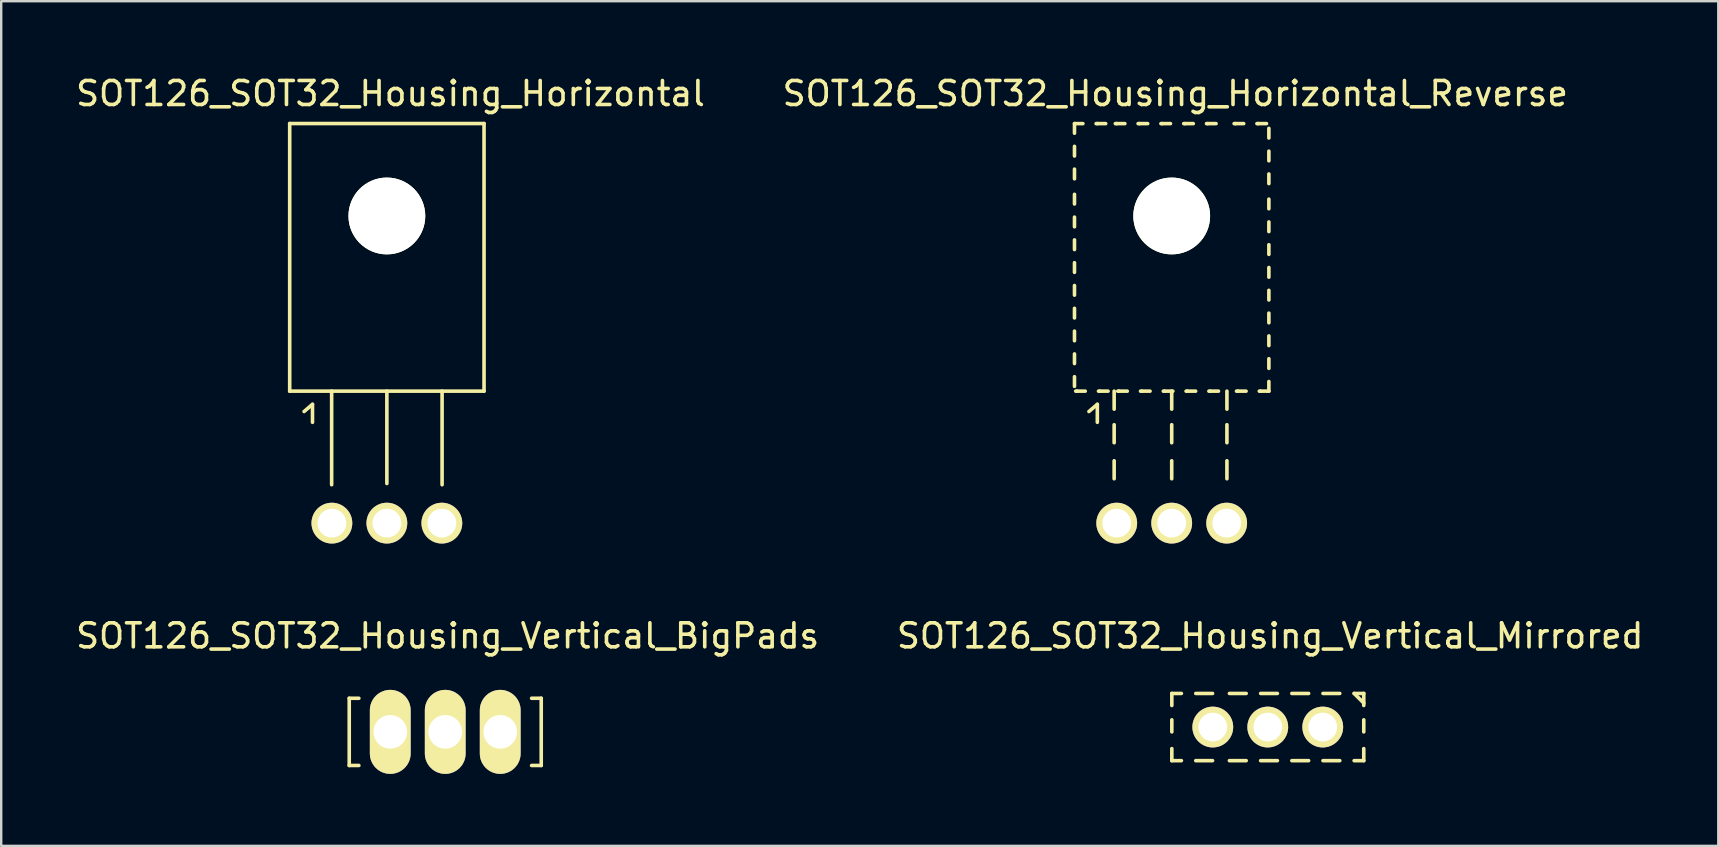
<source format=kicad_pcb>
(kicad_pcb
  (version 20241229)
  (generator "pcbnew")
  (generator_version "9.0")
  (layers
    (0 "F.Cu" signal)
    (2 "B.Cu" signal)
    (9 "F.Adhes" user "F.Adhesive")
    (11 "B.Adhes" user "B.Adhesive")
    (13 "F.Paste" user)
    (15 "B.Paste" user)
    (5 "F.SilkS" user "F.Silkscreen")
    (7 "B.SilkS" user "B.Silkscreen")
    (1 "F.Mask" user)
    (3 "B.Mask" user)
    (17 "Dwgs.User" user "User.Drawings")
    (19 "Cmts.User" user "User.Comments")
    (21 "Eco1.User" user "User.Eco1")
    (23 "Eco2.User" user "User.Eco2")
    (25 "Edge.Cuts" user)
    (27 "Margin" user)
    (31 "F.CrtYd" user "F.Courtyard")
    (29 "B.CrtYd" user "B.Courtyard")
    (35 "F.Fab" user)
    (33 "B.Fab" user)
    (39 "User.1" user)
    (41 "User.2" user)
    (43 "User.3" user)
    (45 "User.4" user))
  (footprint "SOT126_SOT32_Housing_Vertical_BigPads"
    (layer "F.Cu")
    (at 15.502 27.446)
    (property "Reference" "SOT126_SOT32_Housing_Vertical_BigPads" (at 0.099 -4 0) (layer "F.SilkS") (effects (font (size 1 1) (thickness 0.15))))
    (attr through_hole)
    (fp_line (start -4 -1.4) (end -4 1.4) (stroke (width 0.15) (type solid)) (layer "F.SilkS"))
    (fp_line (start -4 -1.4) (end -3.599 -1.4) (stroke (width 0.15) (type solid)) (layer "F.SilkS"))
    (fp_line (start -4 1.4) (end -3.599 1.4) (stroke (width 0.15) (type solid)) (layer "F.SilkS"))
    (fp_line (start 4 -1.4) (end 3.599 -1.4) (stroke (width 0.15) (type solid)) (layer "F.SilkS"))
    (fp_line (start 4 -1.4) (end 4 1.4) (stroke (width 0.15) (type solid)) (layer "F.SilkS"))
    (fp_line (start 4 1.4) (end 3.599 1.4) (stroke (width 0.15) (type solid)) (layer "F.SilkS"))
    (pad "1" thru_hole oval (at -2.291 0) (size 1.699 3.5) (drill 1.4) (layers "*.Cu" "*.Mask" "F.SilkS"))
    (pad "2" thru_hole oval (at 0 0) (size 1.699 3.5) (drill 1.4) (layers "*.Cu" "*.Mask" "F.SilkS"))
    (pad "3" thru_hole oval (at 2.291 0) (size 1.699 3.5) (drill 1.4) (layers "*.Cu" "*.Mask" "F.SilkS")))
  (footprint "SOT126_SOT32_Housing_Horizontal"
    (layer "F.Cu")
    (at 13.07 18.748)
    (property "Reference" "SOT126_SOT32_Housing_Horizontal" (at 0.15 -17.899 0) (layer "F.SilkS") (effects (font (size 1 1) (thickness 0.15))))
    (attr through_hole)
    (fp_line (start -4.049 -16.65) (end -4.049 -5.499) (stroke (width 0.15) (type solid)) (layer "F.SilkS"))
    (fp_line (start -3.449 -4.651) (end -3.099 -4.95) (stroke (width 0.15) (type solid)) (layer "F.SilkS"))
    (fp_line (start -3.099 -4.95) (end -3.099 -4.201) (stroke (width 0.15) (type solid)) (layer "F.SilkS"))
    (fp_line (start -2.301 -5.499) (end -2.301 -1.6) (stroke (width 0.15) (type solid)) (layer "F.SilkS"))
    (fp_line (start 0 -5.499) (end 0 -1.651) (stroke (width 0.15) (type solid)) (layer "F.SilkS"))
    (fp_line (start 2.301 -5.499) (end 2.301 -1.6) (stroke (width 0.15) (type solid)) (layer "F.SilkS"))
    (fp_line (start 4.049 -16.65) (end -4.049 -16.65) (stroke (width 0.15) (type solid)) (layer "F.SilkS"))
    (fp_line (start 4.049 -5.499) (end -4.049 -5.499) (stroke (width 0.15) (type solid)) (layer "F.SilkS"))
    (fp_line (start 4.049 -5.499) (end 4.049 -16.65) (stroke (width 0.15) (type solid)) (layer "F.SilkS"))
    (pad "" np_thru_hole circle (at 0 -12.799) (size 3.2 3.2) (drill 3.2) (layers "*.Cu" "*.Mask" "F.SilkS"))
    (pad "1" thru_hole circle (at -2.291 0) (size 1.699 1.699) (drill 1.199) (layers "*.Cu" "*.Mask" "F.SilkS"))
    (pad "2" thru_hole circle (at 0 0) (size 1.699 1.699) (drill 1.199) (layers "*.Cu" "*.Mask" "F.SilkS"))
    (pad "3" thru_hole circle (at 2.291 0) (size 1.699 1.699) (drill 1.199) (layers "*.Cu" "*.Mask" "F.SilkS")))
  (footprint "SOT126_SOT32_Housing_Horizontal_Reverse"
    (layer "F.Cu")
    (at 45.773 18.748)
    (property "Reference" "SOT126_SOT32_Housing_Horizontal_Reverse" (at 0.15 -17.899 0) (layer "F.SilkS") (effects (font (size 1 1) (thickness 0.15))))
    (attr through_hole)
    (fp_line (start -4.051 -16.248) (end -4.051 -16.65) (stroke (width 0.15) (type solid)) (layer "F.SilkS"))
    (fp_line (start -4.051 -15.298) (end -4.051 -15.7) (stroke (width 0.15) (type solid)) (layer "F.SilkS"))
    (fp_line (start -4.051 -14.348) (end -4.051 -14.75) (stroke (width 0.15) (type solid)) (layer "F.SilkS"))
    (fp_line (start -4.051 -13.299) (end -4.051 -13.701) (stroke (width 0.15) (type solid)) (layer "F.SilkS"))
    (fp_line (start -4.051 -12.349) (end -4.051 -12.751) (stroke (width 0.15) (type solid)) (layer "F.SilkS"))
    (fp_line (start -4.051 -11.4) (end -4.051 -11.801) (stroke (width 0.15) (type solid)) (layer "F.SilkS"))
    (fp_line (start -4.051 -10.45) (end -4.051 -10.851) (stroke (width 0.15) (type solid)) (layer "F.SilkS"))
    (fp_line (start -4.051 -9.5) (end -4.051 -9.901) (stroke (width 0.15) (type solid)) (layer "F.SilkS"))
    (fp_line (start -4.051 -8.55) (end -4.051 -8.951) (stroke (width 0.15) (type solid)) (layer "F.SilkS"))
    (fp_line (start -4.051 -7.6) (end -4.051 -8.001) (stroke (width 0.15) (type solid)) (layer "F.SilkS"))
    (fp_line (start -4.051 -6.65) (end -4.051 -7.051) (stroke (width 0.15) (type solid)) (layer "F.SilkS"))
    (fp_line (start -4.051 -5.7) (end -4.051 -6.101) (stroke (width 0.15) (type solid)) (layer "F.SilkS"))
    (fp_line (start -3.95 -5.499) (end -4 -5.499) (stroke (width 0.15) (type solid)) (layer "F.SilkS"))
    (fp_line (start -3.701 -16.647) (end -4.049 -16.647) (stroke (width 0.15) (type solid)) (layer "F.SilkS"))
    (fp_line (start -3.602 -5.499) (end -3.95 -5.499) (stroke (width 0.15) (type solid)) (layer "F.SilkS"))
    (fp_line (start -3.449 -4.651) (end -3.099 -4.95) (stroke (width 0.15) (type solid)) (layer "F.SilkS"))
    (fp_line (start -3.099 -16.647) (end -3.15 -16.647) (stroke (width 0.15) (type solid)) (layer "F.SilkS"))
    (fp_line (start -3.099 -4.95) (end -3.099 -4.201) (stroke (width 0.15) (type solid)) (layer "F.SilkS"))
    (fp_line (start -3 -5.499) (end -3.051 -5.499) (stroke (width 0.15) (type solid)) (layer "F.SilkS"))
    (fp_line (start -2.751 -16.647) (end -3.099 -16.647) (stroke (width 0.15) (type solid)) (layer "F.SilkS"))
    (fp_line (start -2.652 -5.499) (end -3 -5.499) (stroke (width 0.15) (type solid)) (layer "F.SilkS"))
    (fp_line (start -2.398 -5.499) (end -2.398 -4.75) (stroke (width 0.15) (type solid)) (layer "F.SilkS"))
    (fp_line (start -2.398 -4.1) (end -2.398 -3.35) (stroke (width 0.15) (type solid)) (layer "F.SilkS"))
    (fp_line (start -2.398 -2.598) (end -2.398 -1.849) (stroke (width 0.15) (type solid)) (layer "F.SilkS"))
    (fp_line (start -2.299 -16.647) (end -2.349 -16.647) (stroke (width 0.15) (type solid)) (layer "F.SilkS"))
    (fp_line (start -2.2 -5.499) (end -2.25 -5.499) (stroke (width 0.15) (type solid)) (layer "F.SilkS"))
    (fp_line (start -1.951 -16.647) (end -2.299 -16.647) (stroke (width 0.15) (type solid)) (layer "F.SilkS"))
    (fp_line (start -1.852 -5.499) (end -2.2 -5.499) (stroke (width 0.15) (type solid)) (layer "F.SilkS"))
    (fp_line (start -1.349 -16.647) (end -1.4 -16.647) (stroke (width 0.15) (type solid)) (layer "F.SilkS"))
    (fp_line (start -1.25 -5.499) (end -1.3 -5.499) (stroke (width 0.15) (type solid)) (layer "F.SilkS"))
    (fp_line (start -1.001 -16.647) (end -1.349 -16.647) (stroke (width 0.15) (type solid)) (layer "F.SilkS"))
    (fp_line (start -0.902 -5.499) (end -1.25 -5.499) (stroke (width 0.15) (type solid)) (layer "F.SilkS"))
    (fp_line (start -0.399 -16.647) (end -0.45 -16.647) (stroke (width 0.15) (type solid)) (layer "F.SilkS"))
    (fp_line (start -0.3 -5.499) (end -0.351 -5.499) (stroke (width 0.15) (type solid)) (layer "F.SilkS"))
    (fp_line (start -0.051 -16.647) (end -0.399 -16.647) (stroke (width 0.15) (type solid)) (layer "F.SilkS"))
    (fp_line (start 0 -5.499) (end 0 -4.75) (stroke (width 0.15) (type solid)) (layer "F.SilkS"))
    (fp_line (start 0 -4.1) (end 0 -3.35) (stroke (width 0.15) (type solid)) (layer "F.SilkS"))
    (fp_line (start 0 -2.598) (end 0 -1.849) (stroke (width 0.15) (type solid)) (layer "F.SilkS"))
    (fp_line (start 0.048 -5.499) (end -0.3 -5.499) (stroke (width 0.15) (type solid)) (layer "F.SilkS"))
    (fp_line (start 0.551 -16.647) (end 0.5 -16.647) (stroke (width 0.15) (type solid)) (layer "F.SilkS"))
    (fp_line (start 0.65 -5.499) (end 0.599 -5.499) (stroke (width 0.15) (type solid)) (layer "F.SilkS"))
    (fp_line (start 0.899 -16.647) (end 0.551 -16.647) (stroke (width 0.15) (type solid)) (layer "F.SilkS"))
    (fp_line (start 0.998 -5.499) (end 0.65 -5.499) (stroke (width 0.15) (type solid)) (layer "F.SilkS"))
    (fp_line (start 1.501 -16.647) (end 1.45 -16.647) (stroke (width 0.15) (type solid)) (layer "F.SilkS"))
    (fp_line (start 1.6 -5.499) (end 1.549 -5.499) (stroke (width 0.15) (type solid)) (layer "F.SilkS"))
    (fp_line (start 1.849 -16.647) (end 1.501 -16.647) (stroke (width 0.15) (type solid)) (layer "F.SilkS"))
    (fp_line (start 1.948 -5.499) (end 1.6 -5.499) (stroke (width 0.15) (type solid)) (layer "F.SilkS"))
    (fp_line (start 2.301 -5.499) (end 2.301 -4.75) (stroke (width 0.15) (type solid)) (layer "F.SilkS"))
    (fp_line (start 2.301 -4.1) (end 2.301 -3.35) (stroke (width 0.15) (type solid)) (layer "F.SilkS"))
    (fp_line (start 2.301 -2.598) (end 2.301 -1.849) (stroke (width 0.15) (type solid)) (layer "F.SilkS"))
    (fp_line (start 2.652 -16.647) (end 2.601 -16.647) (stroke (width 0.15) (type solid)) (layer "F.SilkS"))
    (fp_line (start 2.751 -5.499) (end 2.7 -5.499) (stroke (width 0.15) (type solid)) (layer "F.SilkS"))
    (fp_line (start 3 -16.647) (end 2.652 -16.647) (stroke (width 0.15) (type solid)) (layer "F.SilkS"))
    (fp_line (start 3.099 -5.499) (end 2.751 -5.499) (stroke (width 0.15) (type solid)) (layer "F.SilkS"))
    (fp_line (start 3.602 -16.647) (end 3.551 -16.647) (stroke (width 0.15) (type solid)) (layer "F.SilkS"))
    (fp_line (start 3.701 -5.499) (end 3.65 -5.499) (stroke (width 0.15) (type solid)) (layer "F.SilkS"))
    (fp_line (start 3.95 -16.647) (end 3.602 -16.647) (stroke (width 0.15) (type solid)) (layer "F.SilkS"))
    (fp_line (start 4.049 -16.048) (end 4.049 -16.449) (stroke (width 0.15) (type solid)) (layer "F.SilkS"))
    (fp_line (start 4.049 -15.098) (end 4.049 -15.499) (stroke (width 0.15) (type solid)) (layer "F.SilkS"))
    (fp_line (start 4.049 -14.148) (end 4.049 -14.549) (stroke (width 0.15) (type solid)) (layer "F.SilkS"))
    (fp_line (start 4.049 -13.099) (end 4.049 -13.5) (stroke (width 0.15) (type solid)) (layer "F.SilkS"))
    (fp_line (start 4.049 -12.149) (end 4.049 -12.55) (stroke (width 0.15) (type solid)) (layer "F.SilkS"))
    (fp_line (start 4.049 -11.199) (end 4.049 -11.6) (stroke (width 0.15) (type solid)) (layer "F.SilkS"))
    (fp_line (start 4.049 -10.249) (end 4.049 -10.65) (stroke (width 0.15) (type solid)) (layer "F.SilkS"))
    (fp_line (start 4.049 -9.299) (end 4.049 -9.7) (stroke (width 0.15) (type solid)) (layer "F.SilkS"))
    (fp_line (start 4.049 -8.349) (end 4.049 -8.75) (stroke (width 0.15) (type solid)) (layer "F.SilkS"))
    (fp_line (start 4.049 -7.399) (end 4.049 -7.8) (stroke (width 0.15) (type solid)) (layer "F.SilkS"))
    (fp_line (start 4.049 -6.449) (end 4.049 -6.85) (stroke (width 0.15) (type solid)) (layer "F.SilkS"))
    (fp_line (start 4.049 -5.499) (end 3.701 -5.499) (stroke (width 0.15) (type solid)) (layer "F.SilkS"))
    (fp_line (start 4.049 -5.499) (end 4.049 -5.9) (stroke (width 0.15) (type solid)) (layer "F.SilkS"))
    (pad "" np_thru_hole circle (at 0 -12.799) (size 3.2 3.2) (drill 3.2) (layers "*.Cu" "*.Mask" "F.SilkS"))
    (pad "1" thru_hole circle (at -2.291 0) (size 1.699 1.699) (drill 1.199) (layers "*.Cu" "*.Mask" "F.SilkS"))
    (pad "2" thru_hole circle (at 0 0) (size 1.699 1.699) (drill 1.199) (layers "*.Cu" "*.Mask" "F.SilkS"))
    (pad "3" thru_hole circle (at 2.291 0) (size 1.699 1.699) (drill 1.199) (layers "*.Cu" "*.Mask" "F.SilkS")))
  (footprint "SOT126_SOT32_Housing_Vertical_Mirrored"
    (layer "F.Cu")
    (at 49.776 27.245)
    (property "Reference" "SOT126_SOT32_Housing_Vertical_Mirrored" (at 0.099 -3.8 0) (layer "F.SilkS") (effects (font (size 1 1) (thickness 0.15))))
    (attr through_hole)
    (fp_line (start -4 -1.4) (end -3.599 -1.4) (stroke (width 0.15) (type solid)) (layer "F.SilkS"))
    (fp_line (start -4 1.4) (end -3.599 1.4) (stroke (width 0.15) (type solid)) (layer "F.SilkS"))
    (fp_line (start -3.998 -1.4) (end -3.998 -0.899) (stroke (width 0.15) (type solid)) (layer "F.SilkS"))
    (fp_line (start -3.998 -0.3) (end -3.998 0.201) (stroke (width 0.15) (type solid)) (layer "F.SilkS"))
    (fp_line (start -3.998 1.4) (end -3.998 0.899) (stroke (width 0.15) (type solid)) (layer "F.SilkS"))
    (fp_line (start -3 -1.4) (end -2.301 -1.4) (stroke (width 0.15) (type solid)) (layer "F.SilkS"))
    (fp_line (start -3 1.4) (end -2.301 1.4) (stroke (width 0.15) (type solid)) (layer "F.SilkS"))
    (fp_line (start -0.899 -1.4) (end -1.598 -1.4) (stroke (width 0.15) (type solid)) (layer "F.SilkS"))
    (fp_line (start -0.899 1.4) (end -1.598 1.4) (stroke (width 0.15) (type solid)) (layer "F.SilkS"))
    (fp_line (start 0.401 -1.4) (end -0.297 -1.4) (stroke (width 0.15) (type solid)) (layer "F.SilkS"))
    (fp_line (start 0.401 1.4) (end -0.297 1.4) (stroke (width 0.15) (type solid)) (layer "F.SilkS"))
    (fp_line (start 1.702 -1.4) (end 1.003 -1.4) (stroke (width 0.15) (type solid)) (layer "F.SilkS"))
    (fp_line (start 1.702 1.4) (end 1.003 1.4) (stroke (width 0.15) (type solid)) (layer "F.SilkS"))
    (fp_line (start 3 -1.4) (end 2.301 -1.4) (stroke (width 0.15) (type solid)) (layer "F.SilkS"))
    (fp_line (start 3 1.4) (end 2.301 1.4) (stroke (width 0.15) (type solid)) (layer "F.SilkS"))
    (fp_line (start 3.599 -1.4) (end 4 -1.001) (stroke (width 0.15) (type solid)) (layer "F.SilkS"))
    (fp_line (start 4 -1.4) (end 3.599 -1.4) (stroke (width 0.15) (type solid)) (layer "F.SilkS"))
    (fp_line (start 4 -1.4) (end 4 -0.899) (stroke (width 0.15) (type solid)) (layer "F.SilkS"))
    (fp_line (start 4 -0.3) (end 4 0.201) (stroke (width 0.15) (type solid)) (layer "F.SilkS"))
    (fp_line (start 4 1.4) (end 3.599 1.4) (stroke (width 0.15) (type solid)) (layer "F.SilkS"))
    (fp_line (start 4 1.4) (end 4 0.899) (stroke (width 0.15) (type solid)) (layer "F.SilkS"))
    (pad "1" thru_hole circle (at 2.291 0) (size 1.699 1.699) (drill 1.199) (layers "*.Cu" "*.Mask" "F.SilkS"))
    (pad "2" thru_hole circle (at 0 0) (size 1.699 1.699) (drill 1.199) (layers "*.Cu" "*.Mask" "F.SilkS"))
    (pad "3" thru_hole circle (at -2.291 0) (size 1.699 1.699) (drill 1.199) (layers "*.Cu" "*.Mask" "F.SilkS")))
  (gr_rect
    (start -3 -3)
    (end 68.548 32.196)
    (stroke (width 0.1) (type default))
    (fill no)
    (layer "Edge.Cuts")))
</source>
